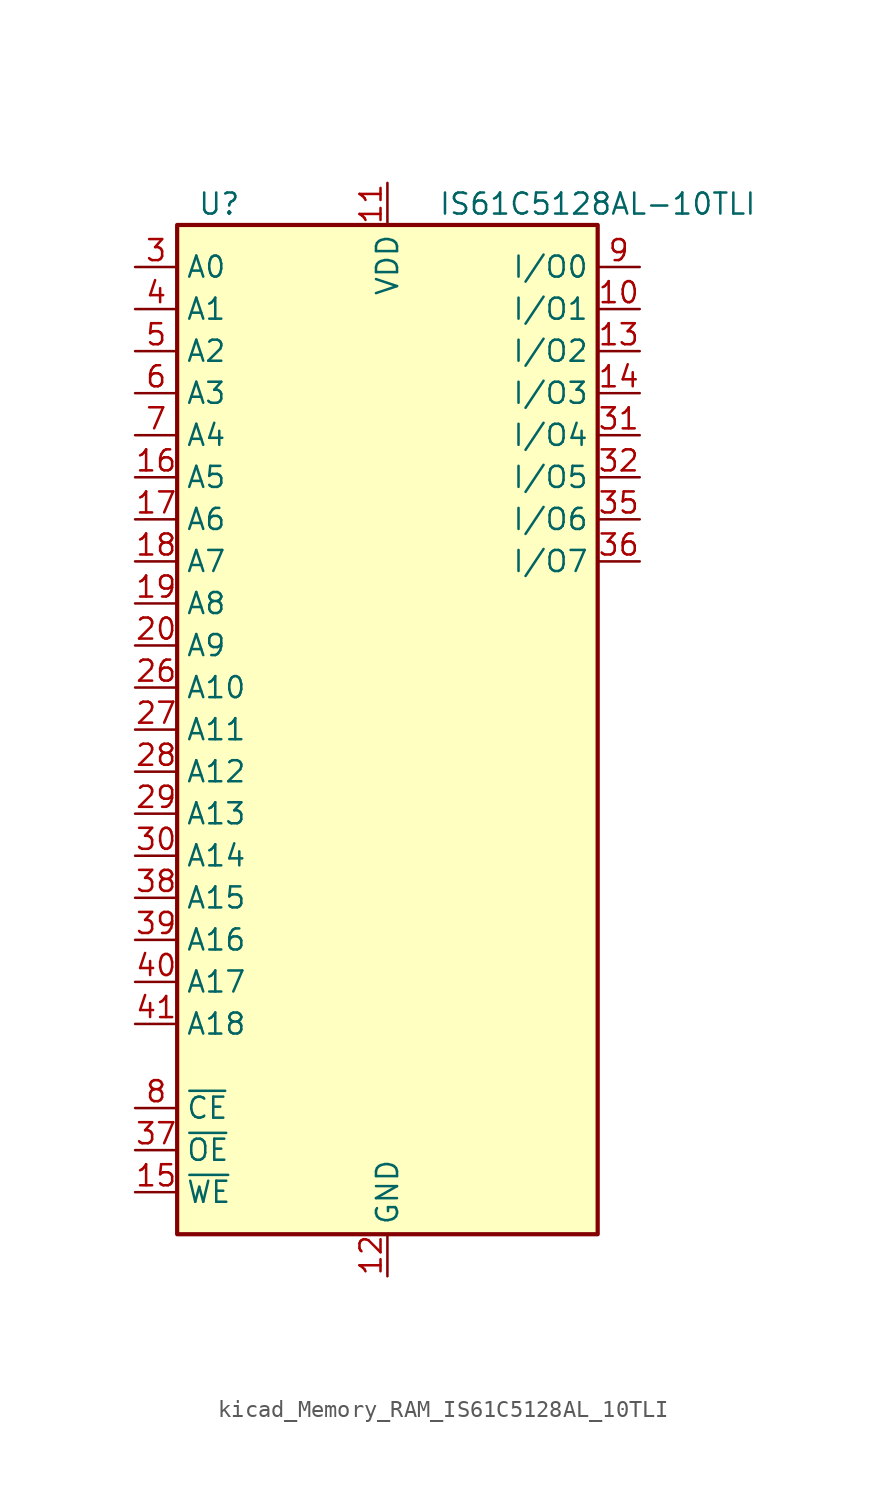
<source format=kicad_sym>
(kicad_symbol_lib
  (version 20220914)
  (generator kicad_symbol_editor)
  (symbol "kicad_Memory_RAM_IS61C5128AL_10TLI"
    (property "Reference" "U"
      (at -10.16 31.75 0)
      (effects (font (size 1.27 1.27))))
    (property "Value" "IS61C5128AL-10TLI"
      (at 12.7 31.75 0)
      (effects (font (size 1.27 1.27))))
    (symbol "kicad_Memory_RAM_IS61C5128AL_10TLI_0_1"
      (rectangle (start -12.7 30.48) (end 12.7 -30.48) (stroke (width 0.254) (type default)) (fill (type background))))
    (symbol "kicad_Memory_RAM_IS61C5128AL_10TLI_1_1"
      (pin no_connect line (at 12.7 -27.94 180) (length 2.54) hide (name "NC" (effects (font (size 1.27 1.27)))) (number "1" (effects (font (size 1.27 1.27)))))
      (pin bidirectional line (at 15.24 25.4 180) (length 2.54) (name "I/O1" (effects (font (size 1.27 1.27)))) (number "10" (effects (font (size 1.27 1.27)))))
      (pin power_in line (at 0 33.02 270) (length 2.54) (name "VDD" (effects (font (size 1.27 1.27)))) (number "11" (effects (font (size 1.27 1.27)))))
      (pin power_in line (at 0 -33.02 90) (length 2.54) (name "GND" (effects (font (size 1.27 1.27)))) (number "12" (effects (font (size 1.27 1.27)))))
      (pin bidirectional line (at 15.24 22.86 180) (length 2.54) (name "I/O2" (effects (font (size 1.27 1.27)))) (number "13" (effects (font (size 1.27 1.27)))))
      (pin bidirectional line (at 15.24 20.32 180) (length 2.54) (name "I/O3" (effects (font (size 1.27 1.27)))) (number "14" (effects (font (size 1.27 1.27)))))
      (pin input line (at -15.24 -27.94 0) (length 2.54) (name "~{WE}" (effects (font (size 1.27 1.27)))) (number "15" (effects (font (size 1.27 1.27)))))
      (pin input line (at -15.24 15.24 0) (length 2.54) (name "A5" (effects (font (size 1.27 1.27)))) (number "16" (effects (font (size 1.27 1.27)))))
      (pin input line (at -15.24 12.7 0) (length 2.54) (name "A6" (effects (font (size 1.27 1.27)))) (number "17" (effects (font (size 1.27 1.27)))))
      (pin input line (at -15.24 10.16 0) (length 2.54) (name "A7" (effects (font (size 1.27 1.27)))) (number "18" (effects (font (size 1.27 1.27)))))
      (pin input line (at -15.24 7.62 0) (length 2.54) (name "A8" (effects (font (size 1.27 1.27)))) (number "19" (effects (font (size 1.27 1.27)))))
      (pin no_connect line (at 12.7 -25.4 180) (length 2.54) hide (name "NC" (effects (font (size 1.27 1.27)))) (number "2" (effects (font (size 1.27 1.27)))))
      (pin input line (at -15.24 5.08 0) (length 2.54) (name "A9" (effects (font (size 1.27 1.27)))) (number "20" (effects (font (size 1.27 1.27)))))
      (pin no_connect line (at 12.7 -22.86 180) (length 2.54) hide (name "NC" (effects (font (size 1.27 1.27)))) (number "21" (effects (font (size 1.27 1.27)))))
      (pin no_connect line (at 12.7 -20.32 180) (length 2.54) hide (name "NC" (effects (font (size 1.27 1.27)))) (number "22" (effects (font (size 1.27 1.27)))))
      (pin no_connect line (at 12.7 -17.78 180) (length 2.54) hide (name "NC" (effects (font (size 1.27 1.27)))) (number "23" (effects (font (size 1.27 1.27)))))
      (pin no_connect line (at 12.7 -15.24 180) (length 2.54) hide (name "NC" (effects (font (size 1.27 1.27)))) (number "24" (effects (font (size 1.27 1.27)))))
      (pin no_connect line (at 12.7 -12.7 180) (length 2.54) hide (name "NC" (effects (font (size 1.27 1.27)))) (number "25" (effects (font (size 1.27 1.27)))))
      (pin input line (at -15.24 2.54 0) (length 2.54) (name "A10" (effects (font (size 1.27 1.27)))) (number "26" (effects (font (size 1.27 1.27)))))
      (pin input line (at -15.24 0 0) (length 2.54) (name "A11" (effects (font (size 1.27 1.27)))) (number "27" (effects (font (size 1.27 1.27)))))
      (pin input line (at -15.24 -2.54 0) (length 2.54) (name "A12" (effects (font (size 1.27 1.27)))) (number "28" (effects (font (size 1.27 1.27)))))
      (pin input line (at -15.24 -5.08 0) (length 2.54) (name "A13" (effects (font (size 1.27 1.27)))) (number "29" (effects (font (size 1.27 1.27)))))
      (pin input line (at -15.24 27.94 0) (length 2.54) (name "A0" (effects (font (size 1.27 1.27)))) (number "3" (effects (font (size 1.27 1.27)))))
      (pin input line (at -15.24 -7.62 0) (length 2.54) (name "A14" (effects (font (size 1.27 1.27)))) (number "30" (effects (font (size 1.27 1.27)))))
      (pin bidirectional line (at 15.24 17.78 180) (length 2.54) (name "I/O4" (effects (font (size 1.27 1.27)))) (number "31" (effects (font (size 1.27 1.27)))))
      (pin bidirectional line (at 15.24 15.24 180) (length 2.54) (name "I/O5" (effects (font (size 1.27 1.27)))) (number "32" (effects (font (size 1.27 1.27)))))
      (pin passive line (at 0 33.02 270) (length 2.54) hide (name "VDD" (effects (font (size 1.27 1.27)))) (number "33" (effects (font (size 1.27 1.27)))))
      (pin passive line (at 0 -33.02 90) (length 2.54) hide (name "GND" (effects (font (size 1.27 1.27)))) (number "34" (effects (font (size 1.27 1.27)))))
      (pin bidirectional line (at 15.24 12.7 180) (length 2.54) (name "I/O6" (effects (font (size 1.27 1.27)))) (number "35" (effects (font (size 1.27 1.27)))))
      (pin bidirectional line (at 15.24 10.16 180) (length 2.54) (name "I/O7" (effects (font (size 1.27 1.27)))) (number "36" (effects (font (size 1.27 1.27)))))
      (pin input line (at -15.24 -25.4 0) (length 2.54) (name "~{OE}" (effects (font (size 1.27 1.27)))) (number "37" (effects (font (size 1.27 1.27)))))
      (pin input line (at -15.24 -10.16 0) (length 2.54) (name "A15" (effects (font (size 1.27 1.27)))) (number "38" (effects (font (size 1.27 1.27)))))
      (pin input line (at -15.24 -12.7 0) (length 2.54) (name "A16" (effects (font (size 1.27 1.27)))) (number "39" (effects (font (size 1.27 1.27)))))
      (pin input line (at -15.24 25.4 0) (length 2.54) (name "A1" (effects (font (size 1.27 1.27)))) (number "4" (effects (font (size 1.27 1.27)))))
      (pin input line (at -15.24 -15.24 0) (length 2.54) (name "A17" (effects (font (size 1.27 1.27)))) (number "40" (effects (font (size 1.27 1.27)))))
      (pin input line (at -15.24 -17.78 0) (length 2.54) (name "A18" (effects (font (size 1.27 1.27)))) (number "41" (effects (font (size 1.27 1.27)))))
      (pin no_connect line (at 12.7 -10.16 180) (length 2.54) hide (name "NC" (effects (font (size 1.27 1.27)))) (number "42" (effects (font (size 1.27 1.27)))))
      (pin no_connect line (at 12.7 -7.62 180) (length 2.54) hide (name "NC" (effects (font (size 1.27 1.27)))) (number "43" (effects (font (size 1.27 1.27)))))
      (pin no_connect line (at 12.7 -5.08 180) (length 2.54) hide (name "NC" (effects (font (size 1.27 1.27)))) (number "44" (effects (font (size 1.27 1.27)))))
      (pin input line (at -15.24 22.86 0) (length 2.54) (name "A2" (effects (font (size 1.27 1.27)))) (number "5" (effects (font (size 1.27 1.27)))))
      (pin input line (at -15.24 20.32 0) (length 2.54) (name "A3" (effects (font (size 1.27 1.27)))) (number "6" (effects (font (size 1.27 1.27)))))
      (pin input line (at -15.24 17.78 0) (length 2.54) (name "A4" (effects (font (size 1.27 1.27)))) (number "7" (effects (font (size 1.27 1.27)))))
      (pin input line (at -15.24 -22.86 0) (length 2.54) (name "~{CE}" (effects (font (size 1.27 1.27)))) (number "8" (effects (font (size 1.27 1.27)))))
      (pin bidirectional line (at 15.24 27.94 180) (length 2.54) (name "I/O0" (effects (font (size 1.27 1.27)))) (number "9" (effects (font (size 1.27 1.27))))))))
</source>
